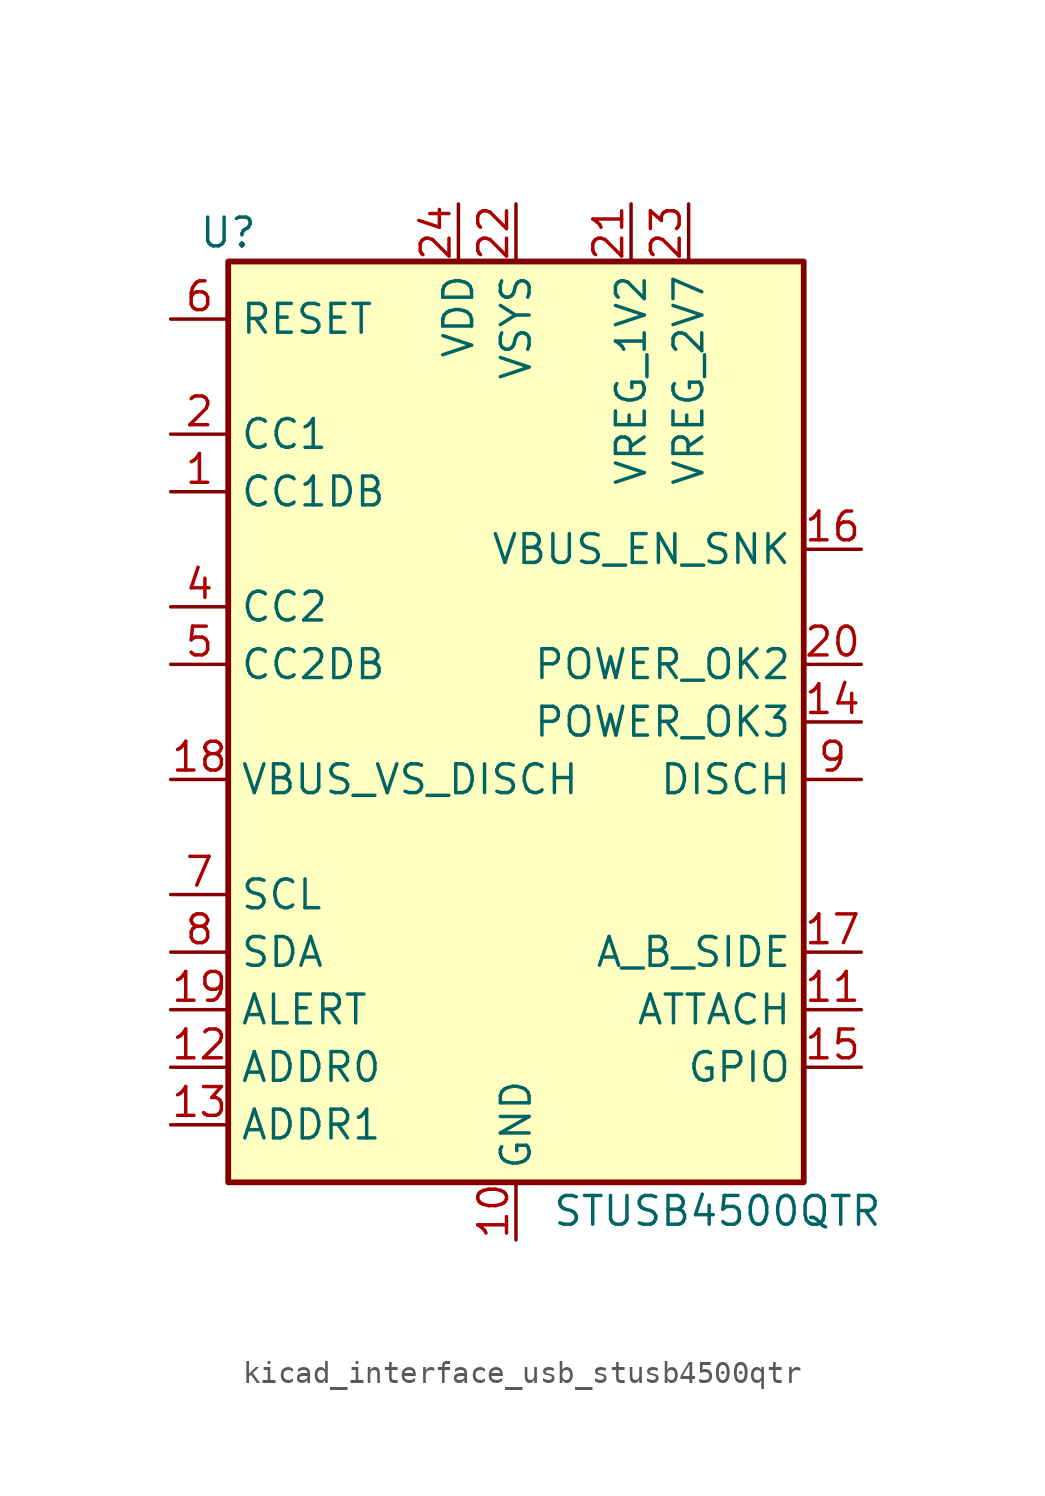
<source format=kicad_sym>
(kicad_symbol_lib
  (version 20220914)
  (generator kicad_symbol_editor)
  (symbol "kicad_interface_usb_stusb4500qtr"
    (property "Reference" "U"
      (at -12.7 21.59 0)
      (effects (font (size 1.27 1.27))))
    (property "Value" "STUSB4500QTR"
      (at 8.89 -21.59 0)
      (effects (font (size 1.27 1.27))))
    (symbol "kicad_interface_usb_stusb4500qtr_0_1"
      (rectangle (start -12.7 20.32) (end 12.7 -20.32) (stroke (width 0.254) (type default)) (fill (type background))))
    (symbol "kicad_interface_usb_stusb4500qtr_1_1"
      (pin bidirectional line (at -15.24 10.16 0) (length 2.54) (name "CC1DB" (effects (font (size 1.27 1.27)))) (number "1" (effects (font (size 1.27 1.27)))))
      (pin power_in line (at 0 -22.86 90) (length 2.54) (name "GND" (effects (font (size 1.27 1.27)))) (number "10" (effects (font (size 1.27 1.27)))))
      (pin open_collector line (at 15.24 -12.7 180) (length 2.54) (name "ATTACH" (effects (font (size 1.27 1.27)))) (number "11" (effects (font (size 1.27 1.27)))))
      (pin input line (at -15.24 -15.24 0) (length 2.54) (name "ADDR0" (effects (font (size 1.27 1.27)))) (number "12" (effects (font (size 1.27 1.27)))))
      (pin input line (at -15.24 -17.78 0) (length 2.54) (name "ADDR1" (effects (font (size 1.27 1.27)))) (number "13" (effects (font (size 1.27 1.27)))))
      (pin open_collector line (at 15.24 0 180) (length 2.54) (name "POWER_OK3" (effects (font (size 1.27 1.27)))) (number "14" (effects (font (size 1.27 1.27)))))
      (pin open_collector line (at 15.24 -15.24 180) (length 2.54) (name "GPIO" (effects (font (size 1.27 1.27)))) (number "15" (effects (font (size 1.27 1.27)))))
      (pin open_collector line (at 15.24 7.62 180) (length 2.54) (name "VBUS_EN_SNK" (effects (font (size 1.27 1.27)))) (number "16" (effects (font (size 1.27 1.27)))))
      (pin open_collector line (at 15.24 -10.16 180) (length 2.54) (name "A_B_SIDE" (effects (font (size 1.27 1.27)))) (number "17" (effects (font (size 1.27 1.27)))))
      (pin input line (at -15.24 -2.54 0) (length 2.54) (name "VBUS_VS_DISCH" (effects (font (size 1.27 1.27)))) (number "18" (effects (font (size 1.27 1.27)))))
      (pin open_collector line (at -15.24 -12.7 0) (length 2.54) (name "ALERT" (effects (font (size 1.27 1.27)))) (number "19" (effects (font (size 1.27 1.27)))))
      (pin bidirectional line (at -15.24 12.7 0) (length 2.54) (name "CC1" (effects (font (size 1.27 1.27)))) (number "2" (effects (font (size 1.27 1.27)))))
      (pin open_collector line (at 15.24 2.54 180) (length 2.54) (name "POWER_OK2" (effects (font (size 1.27 1.27)))) (number "20" (effects (font (size 1.27 1.27)))))
      (pin power_out line (at 5.08 22.86 270) (length 2.54) (name "VREG_1V2" (effects (font (size 1.27 1.27)))) (number "21" (effects (font (size 1.27 1.27)))))
      (pin power_in line (at 0 22.86 270) (length 2.54) (name "VSYS" (effects (font (size 1.27 1.27)))) (number "22" (effects (font (size 1.27 1.27)))))
      (pin power_out line (at 7.62 22.86 270) (length 2.54) (name "VREG_2V7" (effects (font (size 1.27 1.27)))) (number "23" (effects (font (size 1.27 1.27)))))
      (pin power_in line (at -2.54 22.86 270) (length 2.54) (name "VDD" (effects (font (size 1.27 1.27)))) (number "24" (effects (font (size 1.27 1.27)))))
      (pin passive line (at 0 -22.86 90) (length 2.54) hide (name "GND" (effects (font (size 1.27 1.27)))) (number "25" (effects (font (size 1.27 1.27)))))
      (pin no_connect line (at -12.7 15.24 0) (length 2.54) hide (name "NC" (effects (font (size 1.27 1.27)))) (number "3" (effects (font (size 1.27 1.27)))))
      (pin bidirectional line (at -15.24 5.08 0) (length 2.54) (name "CC2" (effects (font (size 1.27 1.27)))) (number "4" (effects (font (size 1.27 1.27)))))
      (pin bidirectional line (at -15.24 2.54 0) (length 2.54) (name "CC2DB" (effects (font (size 1.27 1.27)))) (number "5" (effects (font (size 1.27 1.27)))))
      (pin input line (at -15.24 17.78 0) (length 2.54) (name "RESET" (effects (font (size 1.27 1.27)))) (number "6" (effects (font (size 1.27 1.27)))))
      (pin input line (at -15.24 -7.62 0) (length 2.54) (name "SCL" (effects (font (size 1.27 1.27)))) (number "7" (effects (font (size 1.27 1.27)))))
      (pin bidirectional line (at -15.24 -10.16 0) (length 2.54) (name "SDA" (effects (font (size 1.27 1.27)))) (number "8" (effects (font (size 1.27 1.27)))))
      (pin bidirectional line (at 15.24 -2.54 180) (length 2.54) (name "DISCH" (effects (font (size 1.27 1.27)))) (number "9" (effects (font (size 1.27 1.27))))))))
</source>
